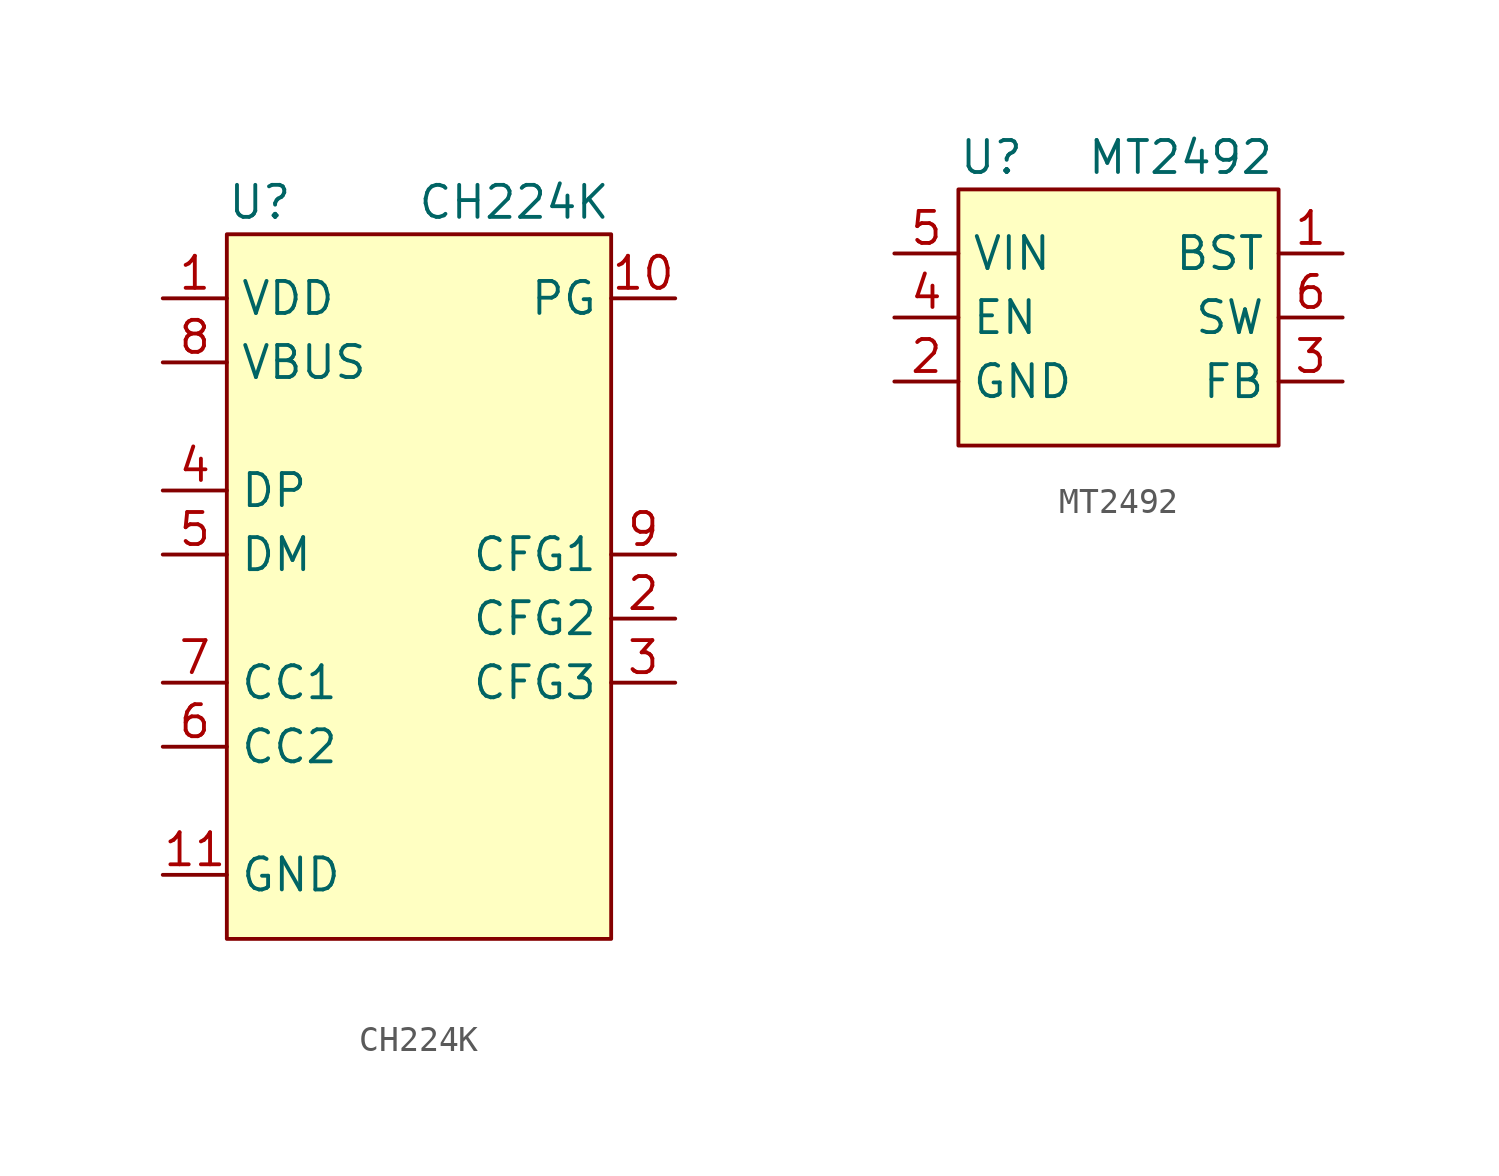
<source format=kicad_sym>
(kicad_symbol_lib
  (version 20211014)
  (generator kicad_symbol_editor)
  (symbol "CH224K"
    (property "Reference" "U"
      (at -7.62 16.51 0)
      (effects (font (size 1.27 1.27)) (justify left)))
    (property "Value" "CH224K"
      (at 7.62 16.51 0)
      (effects (font (size 1.27 1.27)) (justify right)))
    (symbol "CH224K_0_1"
      (rectangle (start -7.62 15.24) (end 7.62 -12.7) (stroke (width 0.152) (type default) (color 0 0 0 0)) (fill (type background))))
    (symbol "CH224K_1_1"
      (pin power_in line (at -10.16 12.7 0) (length 2.54) (name "VDD" (effects (font (size 1.27 1.27)))) (number "1" (effects (font (size 1.27 1.27)))))
      (pin output line (at 10.16 12.7 180) (length 2.54) (name "PG" (effects (font (size 1.27 1.27)))) (number "10" (effects (font (size 1.27 1.27)))))
      (pin power_in line (at -10.16 -10.16 0) (length 2.54) (name "GND" (effects (font (size 1.27 1.27)))) (number "11" (effects (font (size 1.27 1.27)))))
      (pin input line (at 10.16 0 180) (length 2.54) (name "CFG2" (effects (font (size 1.27 1.27)))) (number "2" (effects (font (size 1.27 1.27)))))
      (pin input line (at 10.16 -2.54 180) (length 2.54) (name "CFG3" (effects (font (size 1.27 1.27)))) (number "3" (effects (font (size 1.27 1.27)))))
      (pin bidirectional line (at -10.16 5.08 0) (length 2.54) (name "DP" (effects (font (size 1.27 1.27)))) (number "4" (effects (font (size 1.27 1.27)))))
      (pin bidirectional line (at -10.16 2.54 0) (length 2.54) (name "DM" (effects (font (size 1.27 1.27)))) (number "5" (effects (font (size 1.27 1.27)))))
      (pin bidirectional line (at -10.16 -5.08 0) (length 2.54) (name "CC2" (effects (font (size 1.27 1.27)))) (number "6" (effects (font (size 1.27 1.27)))))
      (pin bidirectional line (at -10.16 -2.54 0) (length 2.54) (name "CC1" (effects (font (size 1.27 1.27)))) (number "7" (effects (font (size 1.27 1.27)))))
      (pin input line (at -10.16 10.16 0) (length 2.54) (name "VBUS" (effects (font (size 1.27 1.27)))) (number "8" (effects (font (size 1.27 1.27)))))
      (pin input line (at 10.16 2.54 180) (length 2.54) (name "CFG1" (effects (font (size 1.27 1.27)))) (number "9" (effects (font (size 1.27 1.27)))))))
  (symbol "MT2492"
    (property "Reference" "U"
      (at -6.35 7.62 0)
      (effects (font (size 1.27 1.27)) (justify left)))
    (property "Value" "MT2492"
      (at -1.27 7.62 0)
      (effects (font (size 1.27 1.27)) (justify left)))
    (symbol "MT2492_0_1"
      (rectangle (start -6.35 6.35) (end 6.35 -3.81) (stroke (width 0.152) (type default) (color 0 0 0 0)) (fill (type background))))
    (symbol "MT2492_1_1"
      (pin passive line (at 8.89 3.81 180) (length 2.54) (name "BST" (effects (font (size 1.27 1.27)))) (number "1" (effects (font (size 1.27 1.27)))))
      (pin power_in line (at -8.89 -1.27 0) (length 2.54) (name "GND" (effects (font (size 1.27 1.27)))) (number "2" (effects (font (size 1.27 1.27)))))
      (pin input line (at 8.89 -1.27 180) (length 2.54) (name "FB" (effects (font (size 1.27 1.27)))) (number "3" (effects (font (size 1.27 1.27)))))
      (pin input line (at -8.89 1.27 0) (length 2.54) (name "EN" (effects (font (size 1.27 1.27)))) (number "4" (effects (font (size 1.27 1.27)))))
      (pin power_in line (at -8.89 3.81 0) (length 2.54) (name "VIN" (effects (font (size 1.27 1.27)))) (number "5" (effects (font (size 1.27 1.27)))))
      (pin power_out line (at 8.89 1.27 180) (length 2.54) (name "SW" (effects (font (size 1.27 1.27)))) (number "6" (effects (font (size 1.27 1.27))))))))
</source>
